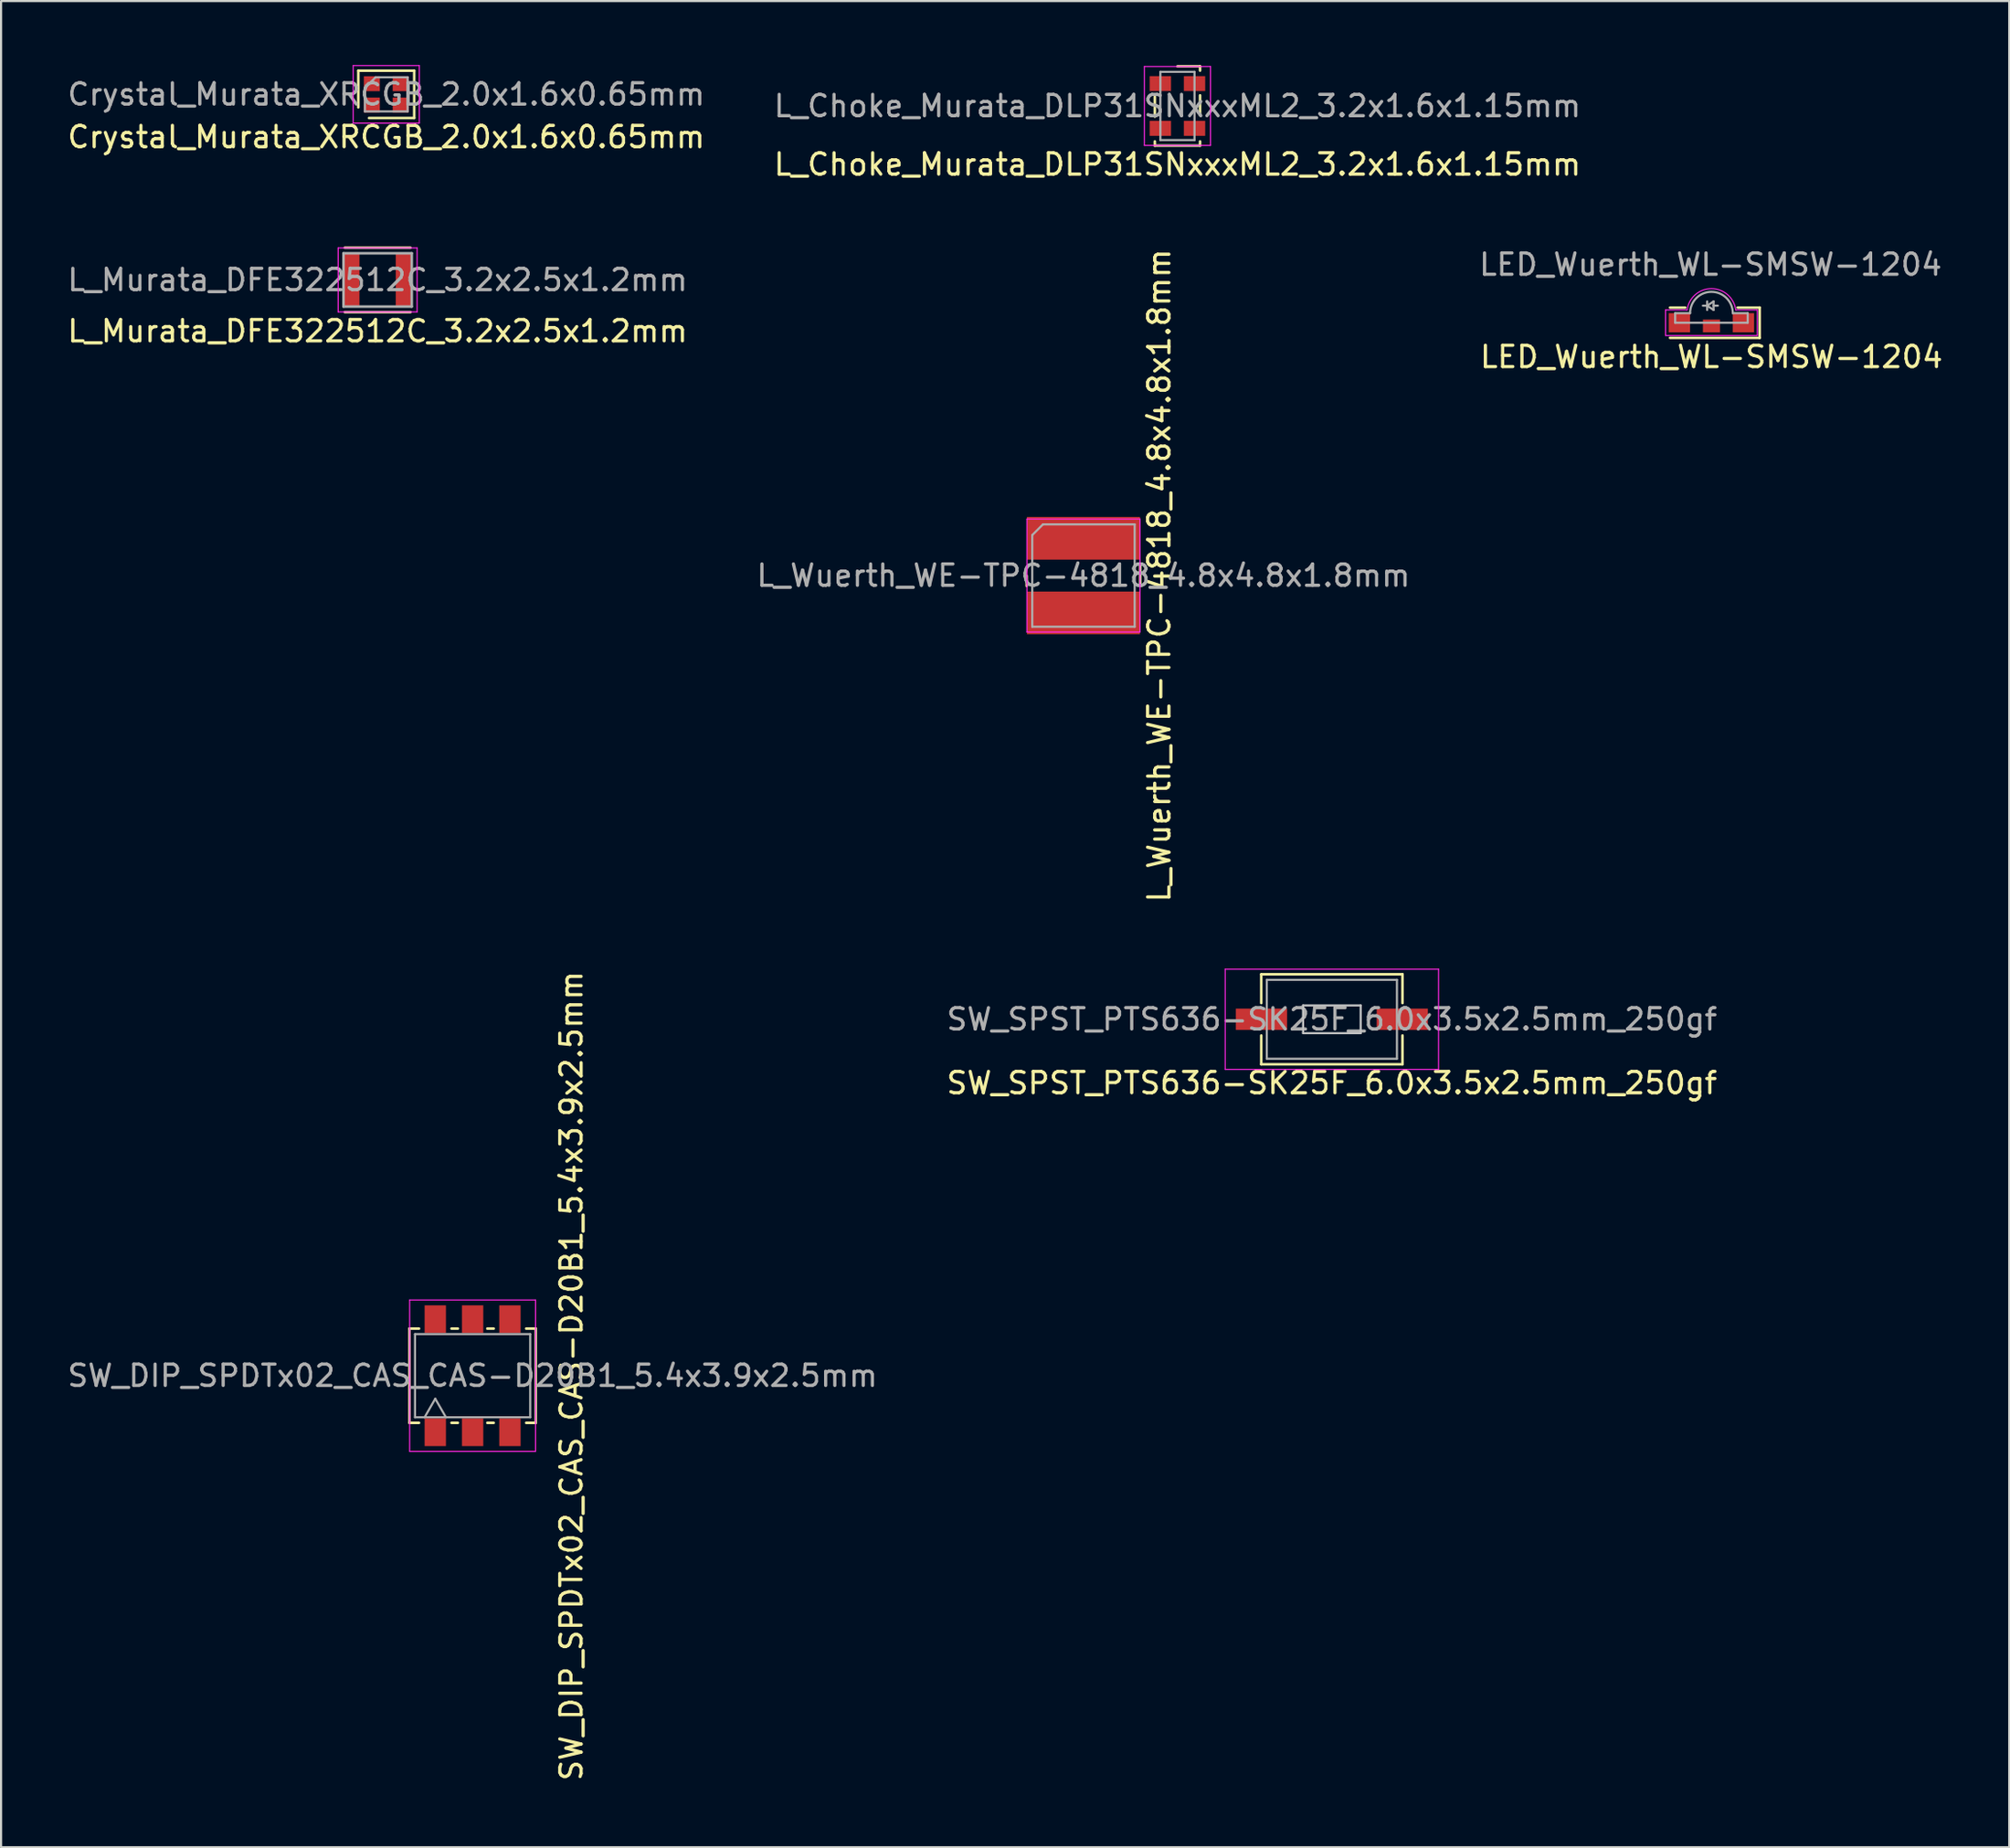
<source format=kicad_pcb>
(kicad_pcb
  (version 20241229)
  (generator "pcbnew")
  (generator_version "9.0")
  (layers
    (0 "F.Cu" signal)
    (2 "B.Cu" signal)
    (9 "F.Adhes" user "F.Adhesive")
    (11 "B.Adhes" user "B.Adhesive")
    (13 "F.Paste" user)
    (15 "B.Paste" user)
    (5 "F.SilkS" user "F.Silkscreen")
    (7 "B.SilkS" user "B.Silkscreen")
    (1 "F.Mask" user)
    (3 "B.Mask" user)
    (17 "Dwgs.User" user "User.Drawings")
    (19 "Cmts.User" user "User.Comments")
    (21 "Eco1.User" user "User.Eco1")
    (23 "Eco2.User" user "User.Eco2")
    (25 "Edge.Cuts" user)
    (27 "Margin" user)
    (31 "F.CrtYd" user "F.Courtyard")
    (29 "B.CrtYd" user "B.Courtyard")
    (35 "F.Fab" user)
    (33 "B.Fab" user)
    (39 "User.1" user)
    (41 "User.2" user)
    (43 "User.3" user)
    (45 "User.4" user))
  (footprint "L_Wuerth_WE-TPC-4818_4.8x4.8x1.8mm"
    (layer "F.Cu")
    (at 47.732 23.943)
    (property "Reference" "L_Wuerth_WE-TPC-4818_4.8x4.8x1.8mm" (at 3.55 0 90) (layer "F.SilkS") (effects (font (size 1 1) (thickness 0.15))))
    (attr smd)
    (fp_line (start -2.66 0.49) (end -2.66 0.01) (stroke (width 0.12) (type solid)) (layer "F.SilkS"))
    (fp_line (start 2.66 -0.49) (end 2.66 0.49) (stroke (width 0.12) (type solid)) (layer "F.SilkS"))
    (fp_line (start -2.65 -2.65) (end -2.65 2.65) (stroke (width 0.05) (type solid)) (layer "F.CrtYd"))
    (fp_line (start -2.65 -2.65) (end 2.65 -2.65) (stroke (width 0.05) (type solid)) (layer "F.CrtYd"))
    (fp_line (start 2.65 2.65) (end -2.65 2.65) (stroke (width 0.05) (type solid)) (layer "F.CrtYd"))
    (fp_line (start 2.65 2.65) (end 2.65 -2.65) (stroke (width 0.05) (type solid)) (layer "F.CrtYd"))
    (fp_line (start -2.4 -1.9) (end -2.4 2.4) (stroke (width 0.1) (type solid)) (layer "F.Fab"))
    (fp_line (start -2.4 -1.9) (end -1.9 -2.4) (stroke (width 0.1) (type solid)) (layer "F.Fab"))
    (fp_line (start -1.9 -2.4) (end 2.4 -2.4) (stroke (width 0.1) (type solid)) (layer "F.Fab"))
    (fp_line (start 2.4 2.4) (end -2.4 2.4) (stroke (width 0.1) (type solid)) (layer "F.Fab"))
    (fp_line (start 2.4 2.4) (end 2.4 -2.4) (stroke (width 0.1) (type solid)) (layer "F.Fab"))
    (fp_text user "${REFERENCE}" (at 0 0 0) (layer "F.Fab") (effects (font (size 1 1) (thickness 0.15))))
    (pad "1" smd rect (at 0 -1.75) (size 5.3 2) (layers "F.Cu" "F.Mask" "F.Paste"))
    (pad "2" smd rect (at 0 1.75) (size 5.3 2) (layers "F.Cu" "F.Mask" "F.Paste")))
  (footprint "L_Choke_Murata_DLP31SNxxxML2_3.2x1.6x1.15mm"
    (layer "F.Cu")
    (at 52.137 1.92)
    (property "Reference" "L_Choke_Murata_DLP31SNxxxML2_3.2x1.6x1.15mm" (at 0 2.74 0) (layer "F.SilkS") (effects (font (size 1 1) (thickness 0.15))))
    (attr through_hole)
    (fp_line (start -1.06 0.5) (end -1.06 -0.44) (stroke (width 0.12) (type solid)) (layer "F.SilkS"))
    (fp_line (start -1.06 1.86) (end -1.06 1.66) (stroke (width 0.12) (type solid)) (layer "F.SilkS"))
    (fp_line (start -1.06 1.86) (end 1.06 1.86) (stroke (width 0.12) (type solid)) (layer "F.SilkS"))
    (fp_line (start 1.06 -1.86) (end 0 -1.86) (stroke (width 0.12) (type solid)) (layer "F.SilkS"))
    (fp_line (start 1.06 -1.86) (end 1.06 -1.66) (stroke (width 0.12) (type solid)) (layer "F.SilkS"))
    (fp_line (start 1.06 -0.5) (end 1.06 0.44) (stroke (width 0.12) (type solid)) (layer "F.SilkS"))
    (fp_line (start 1.06 1.86) (end 1.06 1.66) (stroke (width 0.12) (type solid)) (layer "F.SilkS"))
    (fp_line (start -1.55 -1.85) (end -1.55 1.85) (stroke (width 0.05) (type solid)) (layer "F.CrtYd"))
    (fp_line (start -1.55 -1.85) (end 1.55 -1.85) (stroke (width 0.05) (type solid)) (layer "F.CrtYd"))
    (fp_line (start 1.55 1.85) (end -1.55 1.85) (stroke (width 0.05) (type solid)) (layer "F.CrtYd"))
    (fp_line (start 1.55 1.85) (end 1.55 -1.85) (stroke (width 0.05) (type solid)) (layer "F.CrtYd"))
    (fp_line (start -0.8 -1.6) (end -0.8 1.6) (stroke (width 0.1) (type solid)) (layer "F.Fab"))
    (fp_line (start -0.8 -1.6) (end 0.8 -1.6) (stroke (width 0.1) (type solid)) (layer "F.Fab"))
    (fp_line (start 0.8 1.6) (end -0.8 1.6) (stroke (width 0.1) (type solid)) (layer "F.Fab"))
    (fp_line (start 0.8 1.6) (end 0.8 -1.6) (stroke (width 0.1) (type solid)) (layer "F.Fab"))
    (fp_text user "${REFERENCE}" (at 0 0 0) (layer "F.Fab") (effects (font (size 1 1) (thickness 0.15))))
    (pad "1" smd rect (at -0.8 -1.05) (size 1 0.7) (layers "F.Cu" "F.Mask" "F.Paste"))
    (pad "2" smd rect (at 0.8 -1.05) (size 1 0.7) (layers "F.Cu" "F.Mask" "F.Paste"))
    (pad "3" smd rect (at 0.8 1.05) (size 1 0.7) (layers "F.Cu" "F.Mask" "F.Paste"))
    (pad "4" smd rect (at -0.8 1.05) (size 1 0.7) (layers "F.Cu" "F.Mask" "F.Paste")))
  (footprint "L_Murata_DFE322512C_3.2x2.5x1.2mm"
    (layer "F.Cu")
    (at 14.649 10.078)
    (property "Reference" "L_Murata_DFE322512C_3.2x2.5x1.2mm" (at 0 2.4 0) (layer "F.SilkS") (effects (font (size 1 1) (thickness 0.15))))
    (attr smd)
    (fp_line (start -1.54 -1.51) (end 1.54 -1.51) (stroke (width 0.12) (type solid)) (layer "F.SilkS"))
    (fp_line (start 1.54 1.51) (end -1.54 1.51) (stroke (width 0.12) (type solid)) (layer "F.SilkS"))
    (fp_line (start -1.85 -1.5) (end -1.85 1.5) (stroke (width 0.05) (type solid)) (layer "F.CrtYd"))
    (fp_line (start -1.85 -1.5) (end 1.85 -1.5) (stroke (width 0.05) (type solid)) (layer "F.CrtYd"))
    (fp_line (start 1.85 1.5) (end -1.85 1.5) (stroke (width 0.05) (type solid)) (layer "F.CrtYd"))
    (fp_line (start 1.85 1.5) (end 1.85 -1.5) (stroke (width 0.05) (type solid)) (layer "F.CrtYd"))
    (fp_line (start -1.6 -1.25) (end -1.6 1.25) (stroke (width 0.12) (type solid)) (layer "F.Fab"))
    (fp_line (start -1.6 1.25) (end 1.6 1.25) (stroke (width 0.12) (type solid)) (layer "F.Fab"))
    (fp_line (start 1.6 -1.25) (end -1.6 -1.25) (stroke (width 0.12) (type solid)) (layer "F.Fab"))
    (fp_line (start 1.6 1.25) (end 1.6 -1.25) (stroke (width 0.12) (type solid)) (layer "F.Fab"))
    (fp_text user "${REFERENCE}" (at 0 0 0) (layer "F.Fab") (effects (font (size 1 1) (thickness 0.15))))
    (pad "1" smd rect (at -1.225 0) (size 0.75 2.5) (layers "F.Cu" "F.Mask" "F.Paste"))
    (pad "2" smd rect (at 1.225 0) (size 0.75 2.5) (layers "F.Cu" "F.Mask" "F.Paste")))
  (footprint "SW_SPST_PTS636-SK25F_6.0x3.5x2.5mm_250gf"
    (layer "F.Cu")
    (at 59.375 44.752)
    (property "Reference" "SW_SPST_PTS636-SK25F_6.0x3.5x2.5mm_250gf" (at 0 2.99 0) (layer "F.SilkS") (effects (font (size 1 1) (thickness 0.15))))
    (attr through_hole)
    (fp_line (start -3.31 -2.11) (end 3.31 -2.11) (stroke (width 0.12) (type solid)) (layer "F.SilkS"))
    (fp_line (start -3.31 -0.76) (end -3.31 -2.11) (stroke (width 0.12) (type solid)) (layer "F.SilkS"))
    (fp_line (start -3.31 0.76) (end -3.31 2.11) (stroke (width 0.12) (type solid)) (layer "F.SilkS"))
    (fp_line (start 3.31 -0.76) (end 3.31 -2.11) (stroke (width 0.12) (type solid)) (layer "F.SilkS"))
    (fp_line (start 3.31 0.76) (end 3.31 2.11) (stroke (width 0.12) (type solid)) (layer "F.SilkS"))
    (fp_line (start 3.31 2.11) (end -3.31 2.11) (stroke (width 0.12) (type solid)) (layer "F.SilkS"))
    (fp_line (start -1.35 -0.65) (end 1.35 -0.65) (stroke (width 0.1) (type solid)) (layer "Dwgs.User"))
    (fp_line (start -1.35 0.65) (end -1.35 -0.65) (stroke (width 0.1) (type solid)) (layer "Dwgs.User"))
    (fp_line (start 1.35 -0.65) (end 1.35 0.65) (stroke (width 0.1) (type solid)) (layer "Dwgs.User"))
    (fp_line (start 1.35 0.65) (end -1.35 0.65) (stroke (width 0.1) (type solid)) (layer "Dwgs.User"))
    (fp_line (start -5 -2.35) (end -5 2.35) (stroke (width 0.05) (type solid)) (layer "F.CrtYd"))
    (fp_line (start -5 -2.35) (end 5 -2.35) (stroke (width 0.05) (type solid)) (layer "F.CrtYd"))
    (fp_line (start 5 2.35) (end -5 2.35) (stroke (width 0.05) (type solid)) (layer "F.CrtYd"))
    (fp_line (start 5 2.35) (end 5 -2.35) (stroke (width 0.05) (type solid)) (layer "F.CrtYd"))
    (fp_line (start -3.05 -1.85) (end -3.05 1.85) (stroke (width 0.1) (type solid)) (layer "F.Fab"))
    (fp_line (start -3.05 -1.85) (end 3.05 -1.85) (stroke (width 0.1) (type solid)) (layer "F.Fab"))
    (fp_line (start 3.05 1.85) (end -3.05 1.85) (stroke (width 0.1) (type solid)) (layer "F.Fab"))
    (fp_line (start 3.05 1.85) (end 3.05 -1.85) (stroke (width 0.1) (type solid)) (layer "F.Fab"))
    (fp_text user "${REFERENCE}" (at 0 0 0) (layer "F.Fab") (effects (font (size 1 1) (thickness 0.15))))
    (pad "1" smd rect (at -3.3 0) (size 2.4 1) (layers "F.Cu" "F.Mask" "F.Paste"))
    (pad "2" smd rect (at 3.3 0) (size 2.4 1) (layers "F.Cu" "F.Mask" "F.Paste")))
  (footprint "SW_DIP_SPDTx02_CAS_CAS-D20B1_5.4x3.9x2.5mm"
    (layer "F.Cu")
    (at 19.101 61.468)
    (property "Reference" "SW_DIP_SPDTx02_CAS_CAS-D20B1_5.4x3.9x2.5mm" (at 4.63 0.01 90) (layer "F.SilkS") (effects (font (size 1 1) (thickness 0.15))))
    (attr through_hole)
    (fp_line (start -2.96 -2.21) (end -2.96 2.21) (stroke (width 0.12) (type solid)) (layer "F.SilkS"))
    (fp_line (start -2.51 -2.21) (end -2.96 -2.21) (stroke (width 0.12) (type solid)) (layer "F.SilkS"))
    (fp_line (start -2.51 2.21) (end -2.96 2.21) (stroke (width 0.12) (type solid)) (layer "F.SilkS"))
    (fp_line (start -0.69 -2.21) (end -0.99 -2.21) (stroke (width 0.12) (type solid)) (layer "F.SilkS"))
    (fp_line (start -0.69 2.21) (end -0.99 2.21) (stroke (width 0.12) (type solid)) (layer "F.SilkS"))
    (fp_line (start 0.69 -2.21) (end 0.99 -2.21) (stroke (width 0.12) (type solid)) (layer "F.SilkS"))
    (fp_line (start 0.69 2.21) (end 0.99 2.21) (stroke (width 0.12) (type solid)) (layer "F.SilkS"))
    (fp_line (start 2.51 -2.21) (end 2.96 -2.21) (stroke (width 0.12) (type solid)) (layer "F.SilkS"))
    (fp_line (start 2.51 2.21) (end 2.96 2.21) (stroke (width 0.12) (type solid)) (layer "F.SilkS"))
    (fp_line (start 2.96 2.21) (end 2.96 -2.21) (stroke (width 0.12) (type solid)) (layer "F.SilkS"))
    (fp_line (start -2.95 -3.55) (end 2.95 -3.55) (stroke (width 0.05) (type solid)) (layer "F.CrtYd"))
    (fp_line (start -2.95 3.55) (end -2.95 -3.55) (stroke (width 0.05) (type solid)) (layer "F.CrtYd"))
    (fp_line (start 2.95 3.55) (end -2.95 3.55) (stroke (width 0.05) (type solid)) (layer "F.CrtYd"))
    (fp_line (start 2.95 3.55) (end 2.95 -3.55) (stroke (width 0.05) (type solid)) (layer "F.CrtYd"))
    (fp_line (start -2.7 -1.95) (end 2.7 -1.95) (stroke (width 0.1) (type solid)) (layer "F.Fab"))
    (fp_line (start -2.7 1.95) (end -2.7 -1.95) (stroke (width 0.1) (type solid)) (layer "F.Fab"))
    (fp_line (start -2.25 1.95) (end -1.75 1.08) (stroke (width 0.1) (type solid)) (layer "F.Fab"))
    (fp_line (start -1.25 1.95) (end -1.75 1.08) (stroke (width 0.1) (type solid)) (layer "F.Fab"))
    (fp_line (start 2.7 -1.95) (end 2.7 1.95) (stroke (width 0.1) (type solid)) (layer "F.Fab"))
    (fp_line (start 2.7 1.95) (end -2.7 1.95) (stroke (width 0.1) (type solid)) (layer "F.Fab"))
    (fp_text user "${REFERENCE}" (at 0 0 0) (layer "F.Fab") (effects (font (size 1 1) (thickness 0.15))))
    (pad "1" smd rect (at -1.75 2.65) (size 1 1.3) (layers "F.Cu" "F.Mask" "F.Paste"))
    (pad "2" smd rect (at 0 2.65) (size 1 1.3) (layers "F.Cu" "F.Mask" "F.Paste"))
    (pad "3" smd rect (at 1.75 2.65) (size 1 1.3) (layers "F.Cu" "F.Mask" "F.Paste"))
    (pad "4" smd rect (at -1.75 -2.65) (size 1 1.3) (layers "F.Cu" "F.Mask" "F.Paste"))
    (pad "5" smd rect (at 0 -2.65) (size 1 1.3) (layers "F.Cu" "F.Mask" "F.Paste"))
    (pad "6" smd rect (at 1.75 -2.65) (size 1 1.3) (layers "F.Cu" "F.Mask" "F.Paste")))
  (footprint "Crystal_Murata_XRCGB_2.0x1.6x0.65mm"
    (layer "F.Cu")
    (at 15.054 1.375)
    (property "Reference" "Crystal_Murata_XRCGB_2.0x1.6x0.65mm" (at 0 2 0) (layer "F.SilkS") (effects (font (size 1 1) (thickness 0.15))))
    (attr smd)
    (fp_line (start -1.31 -1.11) (end -1.31 0.61) (stroke (width 0.12) (type solid)) (layer "F.SilkS"))
    (fp_line (start -0.81 1.11) (end 1.31 1.11) (stroke (width 0.12) (type solid)) (layer "F.SilkS"))
    (fp_line (start 1.31 -1.11) (end -1.31 -1.11) (stroke (width 0.12) (type solid)) (layer "F.SilkS"))
    (fp_line (start 1.31 1.11) (end 1.31 -1.11) (stroke (width 0.12) (type solid)) (layer "F.SilkS"))
    (fp_line (start -1.55 -1.35) (end -1.55 1.35) (stroke (width 0.05) (type solid)) (layer "F.CrtYd"))
    (fp_line (start -1.55 -1.35) (end 1.55 -1.35) (stroke (width 0.05) (type solid)) (layer "F.CrtYd"))
    (fp_line (start 1.55 1.35) (end -1.55 1.35) (stroke (width 0.05) (type solid)) (layer "F.CrtYd"))
    (fp_line (start 1.55 1.35) (end 1.55 -1.35) (stroke (width 0.05) (type solid)) (layer "F.CrtYd"))
    (fp_line (start -1 -0.3) (end -1 0.8) (stroke (width 0.1) (type solid)) (layer "F.Fab"))
    (fp_line (start -0.5 -0.8) (end -1 -0.3) (stroke (width 0.1) (type solid)) (layer "F.Fab"))
    (fp_line (start -0.5 -0.8) (end 1 -0.8) (stroke (width 0.1) (type solid)) (layer "F.Fab"))
    (fp_line (start 1 0.8) (end -1 0.8) (stroke (width 0.1) (type solid)) (layer "F.Fab"))
    (fp_line (start 1 0.8) (end 1 -0.8) (stroke (width 0.1) (type solid)) (layer "F.Fab"))
    (fp_text user "${REFERENCE}" (at 0 0 0) (layer "F.Fab") (effects (font (size 1 1) (thickness 0.15))))
    (pad "1" smd rect (at -0.675 0.5) (size 0.75 0.7) (layers "F.Cu" "F.Mask" "F.Paste"))
    (pad "2" smd rect (at 0.675 0.5) (size 0.75 0.7) (layers "F.Cu" "F.Mask" "F.Paste"))
    (pad "3" smd rect (at 0.675 -0.5) (size 0.75 0.7) (layers "F.Cu" "F.Mask" "F.Paste"))
    (pad "4" smd rect (at -0.675 -0.5) (size 0.75 0.7) (layers "F.Cu" "F.Mask" "F.Paste")))
  (footprint "LED_Wuerth_WL-SMSW-1204"
    (layer "F.Cu")
    (at 77.165 12.086)
    (property "Reference" "LED_Wuerth_WL-SMSW-1204" (at 0 1.6 0) (layer "F.SilkS") (effects (font (size 1 1) (thickness 0.15))))
    (attr through_hole)
    (fp_line (start -1.94 -0.71) (end -1.23 -0.71) (stroke (width 0.12) (type solid)) (layer "F.SilkS"))
    (fp_line (start -1.94 0.71) (end 2.26 0.71) (stroke (width 0.12) (type solid)) (layer "F.SilkS"))
    (fp_line (start 1.23 -0.71) (end 2.26 -0.71) (stroke (width 0.12) (type solid)) (layer "F.SilkS"))
    (fp_line (start 2.26 0.71) (end 2.26 -0.71) (stroke (width 0.12) (type solid)) (layer "F.SilkS"))
    (fp_line (start -2.15 -0.6) (end -2.15 0.6) (stroke (width 0.05) (type solid)) (layer "F.CrtYd"))
    (fp_line (start -2.15 -0.6) (end -1.14 -0.6) (stroke (width 0.05) (type solid)) (layer "F.CrtYd"))
    (fp_line (start -2.15 0.6) (end 2.15 0.6) (stroke (width 0.05) (type solid)) (layer "F.CrtYd"))
    (fp_line (start 2.15 -0.6) (end 1.14 -0.6) (stroke (width 0.05) (type solid)) (layer "F.CrtYd"))
    (fp_line (start 2.15 -0.6) (end 2.15 0.6) (stroke (width 0.05) (type solid)) (layer "F.CrtYd"))
    (fp_arc (start -1.14 -0.6) (mid 0 -1.599826) (end 1.14 -0.6) (stroke (width 0.05) (type solid)) (layer "F.CrtYd"))
    (fp_line (start -1.7 -0.45) (end -1.7 0) (stroke (width 0.1) (type solid)) (layer "F.Fab"))
    (fp_line (start -1.7 0) (end 1.7 0) (stroke (width 0.1) (type solid)) (layer "F.Fab"))
    (fp_line (start -1 -0.45) (end -1.7 -0.45) (stroke (width 0.1) (type solid)) (layer "F.Fab"))
    (fp_line (start -0.2 -1) (end -0.2 -0.6) (stroke (width 0.1) (type solid)) (layer "F.Fab"))
    (fp_line (start -0.2 -0.8) (end -0.4 -0.8) (stroke (width 0.1) (type solid)) (layer "F.Fab"))
    (fp_line (start -0.2 -0.8) (end 0.1 -0.6) (stroke (width 0.1) (type solid)) (layer "F.Fab"))
    (fp_line (start 0.1 -1) (end -0.2 -0.8) (stroke (width 0.1) (type solid)) (layer "F.Fab"))
    (fp_line (start 0.1 -0.8) (end 0.3 -0.8) (stroke (width 0.1) (type solid)) (layer "F.Fab"))
    (fp_line (start 0.1 -0.6) (end 0.1 -1) (stroke (width 0.1) (type solid)) (layer "F.Fab"))
    (fp_line (start 1.7 -0.45) (end 1 -0.45) (stroke (width 0.1) (type solid)) (layer "F.Fab"))
    (fp_line (start 1.7 0) (end 1.7 -0.45) (stroke (width 0.1) (type solid)) (layer "F.Fab"))
    (fp_arc (start -1 -0.45) (mid 0 -1.45) (end 1 -0.45) (stroke (width 0.1) (type solid)) (layer "F.Fab"))
    (fp_text user "${REFERENCE}" (at -0.04 -2.73 0) (layer "F.Fab") (effects (font (size 1 1) (thickness 0.15))))
    (pad "1" smd rect (at -1.5 0) (size 1 0.9) (layers "F.Cu" "F.Mask" "F.Paste"))
    (pad "2" smd rect (at 1.5 0) (size 1 0.9) (layers "F.Cu" "F.Mask" "F.Paste"))
    (pad "3" smd rect (at 0 0.15) (size 0.8 0.6) (layers "F.Cu" "F.Mask" "F.Paste")))
  (gr_rect
    (start -3 -3)
    (end 91.123 83.58)
    (stroke (width 0.1) (type default))
    (fill no)
    (layer "Edge.Cuts")))
</source>
